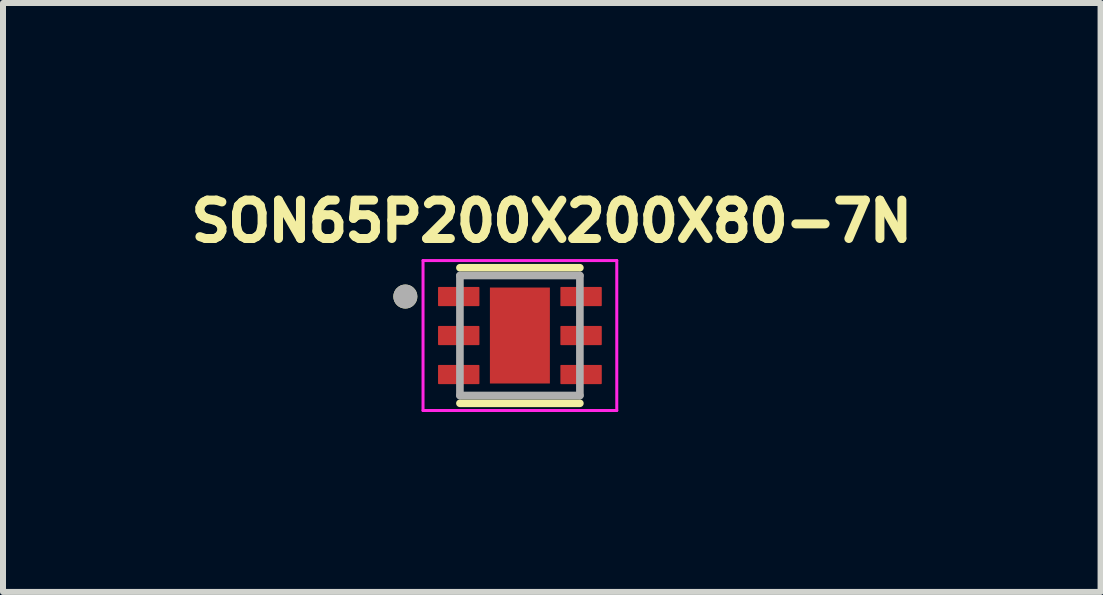
<source format=kicad_pcb>
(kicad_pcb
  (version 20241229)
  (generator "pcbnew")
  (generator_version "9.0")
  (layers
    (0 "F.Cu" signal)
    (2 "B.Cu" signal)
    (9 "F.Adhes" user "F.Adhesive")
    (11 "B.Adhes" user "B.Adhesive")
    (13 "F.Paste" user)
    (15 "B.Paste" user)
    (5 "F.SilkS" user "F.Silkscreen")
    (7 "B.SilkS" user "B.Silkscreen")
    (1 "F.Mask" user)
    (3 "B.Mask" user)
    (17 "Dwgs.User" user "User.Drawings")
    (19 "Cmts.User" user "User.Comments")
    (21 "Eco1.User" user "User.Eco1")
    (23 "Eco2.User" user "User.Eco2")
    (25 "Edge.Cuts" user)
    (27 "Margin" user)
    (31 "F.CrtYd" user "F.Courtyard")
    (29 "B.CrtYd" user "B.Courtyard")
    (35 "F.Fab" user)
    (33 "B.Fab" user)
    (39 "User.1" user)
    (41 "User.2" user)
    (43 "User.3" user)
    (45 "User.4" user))
  (footprint "SON65P200X200X80-7N"
    (layer "F.Cu")
    (at 5.618 2.544)
    (property "Reference" "SON65P200X200X80-7N" (at 0.532 -1.906 0) (layer "F.SilkS") (effects (font (size 0.64 0.64) (thickness 0.15))))
    (attr smd)
    (fp_line (start -1 -1.13) (end 1 -1.13) (stroke (width 0.127) (type solid)) (layer "F.SilkS"))
    (fp_line (start -1 1.13) (end 1 1.13) (stroke (width 0.127) (type solid)) (layer "F.SilkS"))
    (fp_circle (center -1.91 -0.65) (end -1.81 -0.65) (stroke (width 0.2) (type solid)) (fill no) (layer "F.SilkS"))
    (fp_poly (pts (xy -0.316 -0.506) (xy 0.316 -0.506) (xy 0.316 0.506) (xy -0.316 0.506)) (stroke (width 0.01) (type solid)) (fill yes) (layer "F.Paste"))
    (fp_line (start -1.615 -1.25) (end -1.615 1.25) (stroke (width 0.05) (type solid)) (layer "F.CrtYd"))
    (fp_line (start -1.615 -1.25) (end 1.615 -1.25) (stroke (width 0.05) (type solid)) (layer "F.CrtYd"))
    (fp_line (start -1.615 1.25) (end 1.615 1.25) (stroke (width 0.05) (type solid)) (layer "F.CrtYd"))
    (fp_line (start 1.615 -1.25) (end 1.615 1.25) (stroke (width 0.05) (type solid)) (layer "F.CrtYd"))
    (fp_line (start -1 -1) (end -1 1) (stroke (width 0.127) (type solid)) (layer "F.Fab"))
    (fp_line (start -1 -1) (end 1 -1) (stroke (width 0.127) (type solid)) (layer "F.Fab"))
    (fp_line (start -1 1) (end 1 1) (stroke (width 0.127) (type solid)) (layer "F.Fab"))
    (fp_line (start 1 -1) (end 1 1) (stroke (width 0.127) (type solid)) (layer "F.Fab"))
    (fp_circle (center -1.91 -0.65) (end -1.81 -0.65) (stroke (width 0.2) (type solid)) (fill no) (layer "F.Fab"))
    (pad "1" smd roundrect (at -1.02 -0.65) (size 0.69 0.32) (layers "F.Cu" "F.Mask" "F.Paste") (roundrect_rratio 0.04))
    (pad "2" smd roundrect (at -1.02 0) (size 0.69 0.32) (layers "F.Cu" "F.Mask" "F.Paste") (roundrect_rratio 0.04))
    (pad "3" smd roundrect (at -1.02 0.65) (size 0.69 0.32) (layers "F.Cu" "F.Mask" "F.Paste") (roundrect_rratio 0.04))
    (pad "4" smd roundrect (at 1.02 0.65) (size 0.69 0.32) (layers "F.Cu" "F.Mask" "F.Paste") (roundrect_rratio 0.04))
    (pad "5" smd roundrect (at 1.02 0) (size 0.69 0.32) (layers "F.Cu" "F.Mask" "F.Paste") (roundrect_rratio 0.04))
    (pad "6" smd roundrect (at 1.02 -0.65) (size 0.69 0.32) (layers "F.Cu" "F.Mask" "F.Paste") (roundrect_rratio 0.04))
    (pad "7" smd rect (at 0 0 90) (size 1.6 1) (layers "F.Cu" "F.Mask")))
  (gr_rect
    (start -3 -3)
    (end 15.299 6.819)
    (stroke (width 0.1) (type default))
    (fill no)
    (layer "Edge.Cuts")))
</source>
